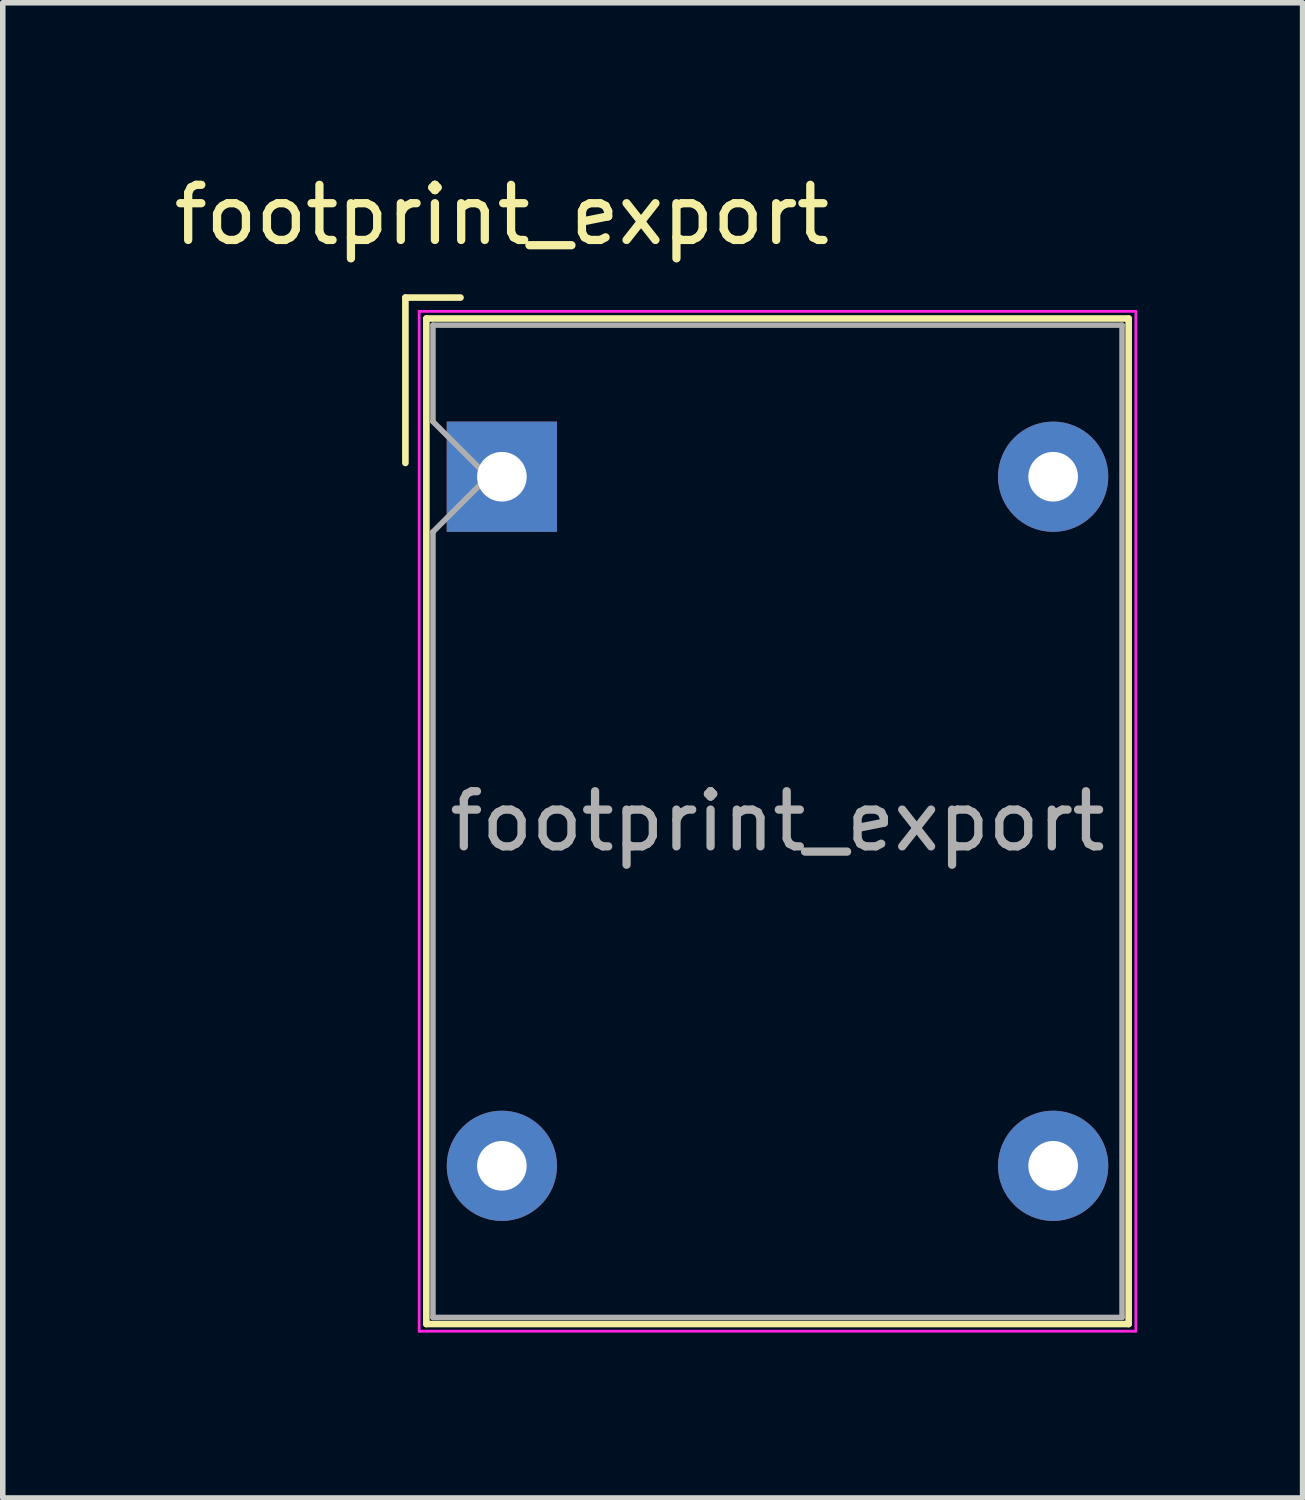
<source format=kicad_pcb>
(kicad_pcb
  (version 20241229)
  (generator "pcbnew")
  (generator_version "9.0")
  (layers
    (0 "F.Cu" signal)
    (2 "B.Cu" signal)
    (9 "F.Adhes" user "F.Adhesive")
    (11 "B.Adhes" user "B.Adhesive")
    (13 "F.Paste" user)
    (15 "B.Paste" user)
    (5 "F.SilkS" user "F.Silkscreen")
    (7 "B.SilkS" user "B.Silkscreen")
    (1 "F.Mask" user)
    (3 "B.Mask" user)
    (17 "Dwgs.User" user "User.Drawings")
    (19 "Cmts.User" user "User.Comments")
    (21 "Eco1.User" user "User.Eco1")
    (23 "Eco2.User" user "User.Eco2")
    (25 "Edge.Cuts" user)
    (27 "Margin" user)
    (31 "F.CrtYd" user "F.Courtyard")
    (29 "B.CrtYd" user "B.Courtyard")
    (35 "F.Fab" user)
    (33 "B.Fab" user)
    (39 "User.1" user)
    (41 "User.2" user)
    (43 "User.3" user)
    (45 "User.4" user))
  (footprint "footprint_export"
    (layer "F.Cu")
    (at 6.054 5.598)
    (property "Reference" "footprint_export" (at 0 -4.75 0) (layer "F.SilkS") (effects (font (size 1 1) (thickness 0.15))))
    (attr through_hole)
    (fp_line (start -1.75 -3.25) (end -1.75 -0.25) (stroke (width 0.12) (type solid)) (layer "F.SilkS"))
    (fp_line (start -1.75 -3.25) (end -0.75 -3.25) (stroke (width 0.12) (type solid)) (layer "F.SilkS"))
    (fp_line (start -1.37 -2.87) (end 11.37 -2.87) (stroke (width 0.12) (type solid)) (layer "F.SilkS"))
    (fp_line (start -1.37 15.37) (end -1.37 -2.87) (stroke (width 0.12) (type solid)) (layer "F.SilkS"))
    (fp_line (start 11.37 -2.87) (end 11.37 15.37) (stroke (width 0.12) (type solid)) (layer "F.SilkS"))
    (fp_line (start 11.37 15.37) (end -1.37 15.37) (stroke (width 0.12) (type solid)) (layer "F.SilkS"))
    (fp_line (start -1.5 -3) (end -1.5 15.5) (stroke (width 0.05) (type solid)) (layer "F.CrtYd"))
    (fp_line (start -1.5 15.5) (end 11.5 15.5) (stroke (width 0.05) (type solid)) (layer "F.CrtYd"))
    (fp_line (start 11.5 -3) (end -1.5 -3) (stroke (width 0.05) (type solid)) (layer "F.CrtYd"))
    (fp_line (start 11.5 15.5) (end 11.5 -3) (stroke (width 0.05) (type solid)) (layer "F.CrtYd"))
    (fp_line (start -1.25 -2.75) (end 11.25 -2.75) (stroke (width 0.1) (type solid)) (layer "F.Fab"))
    (fp_line (start -1.25 -1) (end -1.25 -2.75) (stroke (width 0.1) (type solid)) (layer "F.Fab"))
    (fp_line (start -1.25 1) (end -0.25 0) (stroke (width 0.1) (type solid)) (layer "F.Fab"))
    (fp_line (start -1.25 15.25) (end -1.25 1) (stroke (width 0.1) (type solid)) (layer "F.Fab"))
    (fp_line (start -0.25 0) (end -1.25 -1) (stroke (width 0.1) (type solid)) (layer "F.Fab"))
    (fp_line (start 11.25 -2.75) (end 11.25 15.25) (stroke (width 0.1) (type solid)) (layer "F.Fab"))
    (fp_line (start 11.25 15.25) (end -1.25 15.25) (stroke (width 0.1) (type solid)) (layer "F.Fab"))
    (fp_text user "${REFERENCE}" (at 5 6.25 0) (layer "F.Fab") (effects (font (size 1 1) (thickness 0.15))))
    (pad "1" thru_hole rect (at 0 0) (size 2 2) (drill 0.9) (layers "*.Cu" "*.Mask"))
    (pad "2" thru_hole circle (at 10 0) (size 2 2) (drill 0.9) (layers "*.Cu" "*.Mask"))
    (pad "3" thru_hole circle (at 0 12.5) (size 2 2) (drill 0.9) (layers "*.Cu" "*.Mask"))
    (pad "4" thru_hole circle (at 10 12.5) (size 2 2) (drill 0.9) (layers "*.Cu" "*.Mask")))
  (gr_rect
    (start -3 -3)
    (end 20.579 24.123)
    (stroke (width 0.1) (type default))
    (fill no)
    (layer "Edge.Cuts")))
</source>
